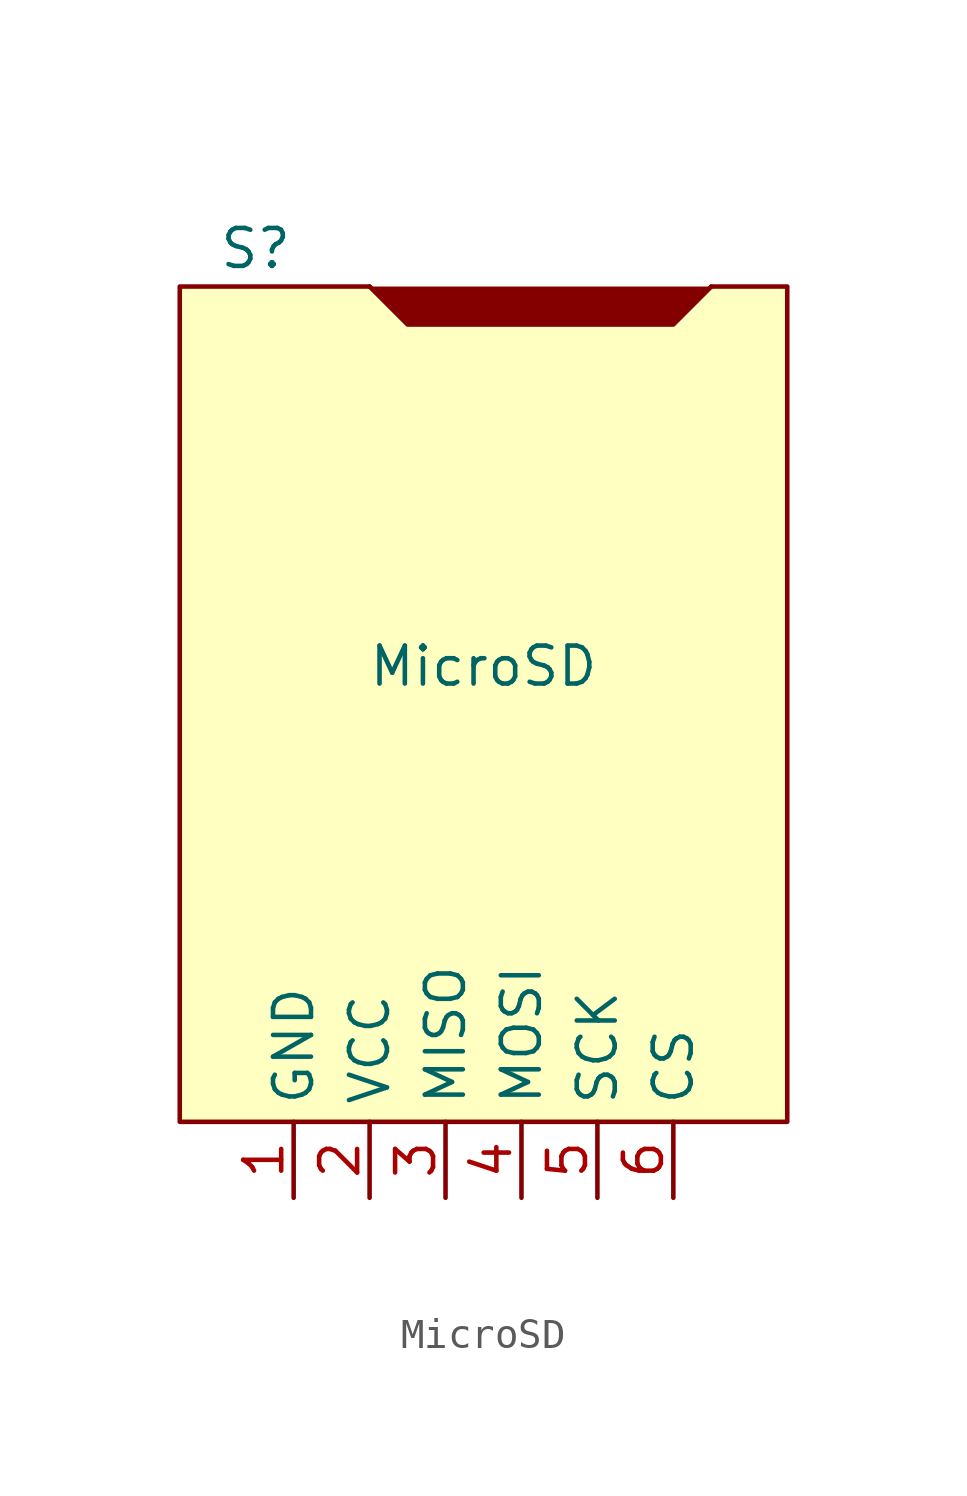
<source format=kicad_sym>
(kicad_symbol_lib
  (version 20211014)
  (generator kicad_symbol_editor)
  (symbol "MicroSD"
    (property "Reference" "S"
      (at 2.54 1.27 0)
      (effects (font (size 1.27 1.27))))
    (property "Value" "MicroSD"
      (at 10.16 -12.7 0)
      (effects (font (size 1.27 1.27))))
    (symbol "MicroSD_0_1"
      (polyline (pts (xy 6.35 0) (xy 7.62 -1.27) (xy 16.51 -1.27) (xy 17.78 0)) (stroke (width 0) (type default) (color 0 0 0 0)) (fill (type outline)))
      (polyline (pts (xy 6.35 0) (xy 0 0) (xy 0 -27.94) (xy 20.32 -27.94) (xy 20.32 0) (xy 17.78 0)) (stroke (width 0) (type default) (color 0 0 0 0)) (fill (type background))))
    (symbol "MicroSD_1_1"
      (pin power_in line (at 3.81 -30.48 90) (length 2.54) (name "GND" (effects (font (size 1.27 1.27)))) (number "1" (effects (font (size 1.27 1.27)))))
      (pin power_in line (at 6.35 -30.48 90) (length 2.54) (name "VCC" (effects (font (size 1.27 1.27)))) (number "2" (effects (font (size 1.27 1.27)))))
      (pin bidirectional line (at 8.89 -30.48 90) (length 2.54) (name "MISO" (effects (font (size 1.27 1.27)))) (number "3" (effects (font (size 1.27 1.27)))))
      (pin bidirectional line (at 11.43 -30.48 90) (length 2.54) (name "MOSI" (effects (font (size 1.27 1.27)))) (number "4" (effects (font (size 1.27 1.27)))))
      (pin bidirectional line (at 13.97 -30.48 90) (length 2.54) (name "SCK" (effects (font (size 1.27 1.27)))) (number "5" (effects (font (size 1.27 1.27)))))
      (pin bidirectional line (at 16.51 -30.48 90) (length 2.54) (name "CS" (effects (font (size 1.27 1.27)))) (number "6" (effects (font (size 1.27 1.27))))))))
</source>
